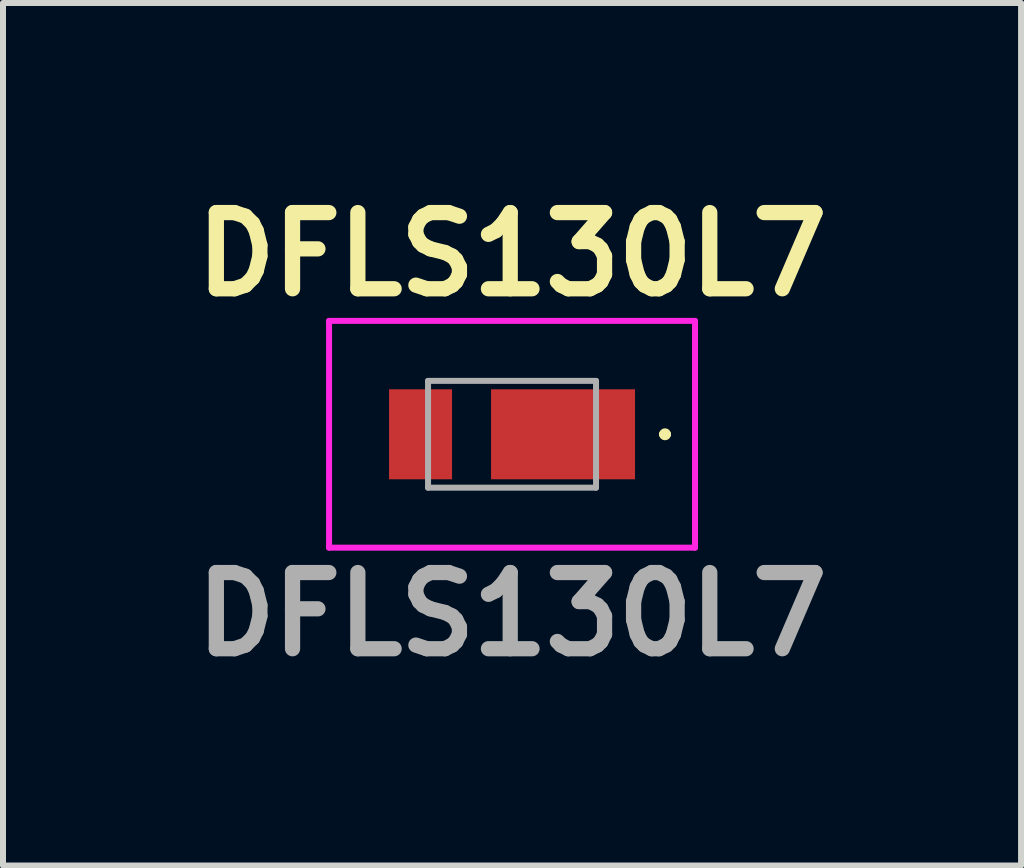
<source format=kicad_pcb>
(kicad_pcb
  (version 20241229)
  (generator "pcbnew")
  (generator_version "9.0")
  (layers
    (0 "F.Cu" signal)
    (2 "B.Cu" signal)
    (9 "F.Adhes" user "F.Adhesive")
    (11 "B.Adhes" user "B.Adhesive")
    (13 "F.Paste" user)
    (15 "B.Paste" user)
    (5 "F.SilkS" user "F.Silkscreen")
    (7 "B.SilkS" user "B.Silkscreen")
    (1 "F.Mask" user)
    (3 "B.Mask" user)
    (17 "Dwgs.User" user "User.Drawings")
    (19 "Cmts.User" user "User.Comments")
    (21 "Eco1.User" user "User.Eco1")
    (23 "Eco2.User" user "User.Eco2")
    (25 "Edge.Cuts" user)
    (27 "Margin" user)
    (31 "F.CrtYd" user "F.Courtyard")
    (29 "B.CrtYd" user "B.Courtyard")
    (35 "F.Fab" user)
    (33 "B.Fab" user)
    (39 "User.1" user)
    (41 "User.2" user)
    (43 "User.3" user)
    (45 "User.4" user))
  (footprint "DFLS130L7"
    (layer "F.Cu")
    (at 5.485 4.189)
    (property "Reference" "DFLS130L7" (at 0 -3 0) (layer "F.SilkS") (effects (font (size 1.27 1.27) (thickness 0.254))))
    (attr smd)
    (fp_line (start 2.5 0) (end 2.5 0) (stroke (width 0.1) (type solid)) (layer "F.SilkS"))
    (fp_line (start 2.6 0) (end 2.6 0) (stroke (width 0.1) (type solid)) (layer "F.SilkS"))
    (fp_arc (start 2.5 0) (mid 2.55 -0.05) (end 2.6 0) (stroke (width 0.1) (type solid)) (layer "F.SilkS"))
    (fp_arc (start 2.6 0) (mid 2.55 0.05) (end 2.5 0) (stroke (width 0.1) (type solid)) (layer "F.SilkS"))
    (fp_line (start -3.05 -1.89) (end 3.05 -1.89) (stroke (width 0.1) (type solid)) (layer "F.CrtYd"))
    (fp_line (start -3.05 1.89) (end -3.05 -1.89) (stroke (width 0.1) (type solid)) (layer "F.CrtYd"))
    (fp_line (start 3.05 -1.89) (end 3.05 1.89) (stroke (width 0.1) (type solid)) (layer "F.CrtYd"))
    (fp_line (start 3.05 1.89) (end -3.05 1.89) (stroke (width 0.1) (type solid)) (layer "F.CrtYd"))
    (fp_line (start -1.4 -0.89) (end 1.4 -0.89) (stroke (width 0.1) (type solid)) (layer "F.Fab"))
    (fp_line (start -1.4 0.89) (end -1.4 -0.89) (stroke (width 0.1) (type solid)) (layer "F.Fab"))
    (fp_line (start 1.4 -0.89) (end 1.4 0.89) (stroke (width 0.1) (type solid)) (layer "F.Fab"))
    (fp_line (start 1.4 0.89) (end -1.4 0.89) (stroke (width 0.1) (type solid)) (layer "F.Fab"))
    (fp_text user "${REFERENCE}" (at 0 3 0) (layer "F.Fab") (effects (font (size 1.27 1.27) (thickness 0.254))))
    (pad "1" smd rect (at 0.85 0 90) (size 1.5 2.4) (layers "F.Cu" "F.Mask" "F.Paste"))
    (pad "2" smd rect (at -1.525 0) (size 1.05 1.5) (layers "F.Cu" "F.Mask" "F.Paste")))
  (gr_rect
    (start -3 -3)
    (end 13.97 11.377)
    (stroke (width 0.1) (type default))
    (fill no)
    (layer "Edge.Cuts")))
</source>
